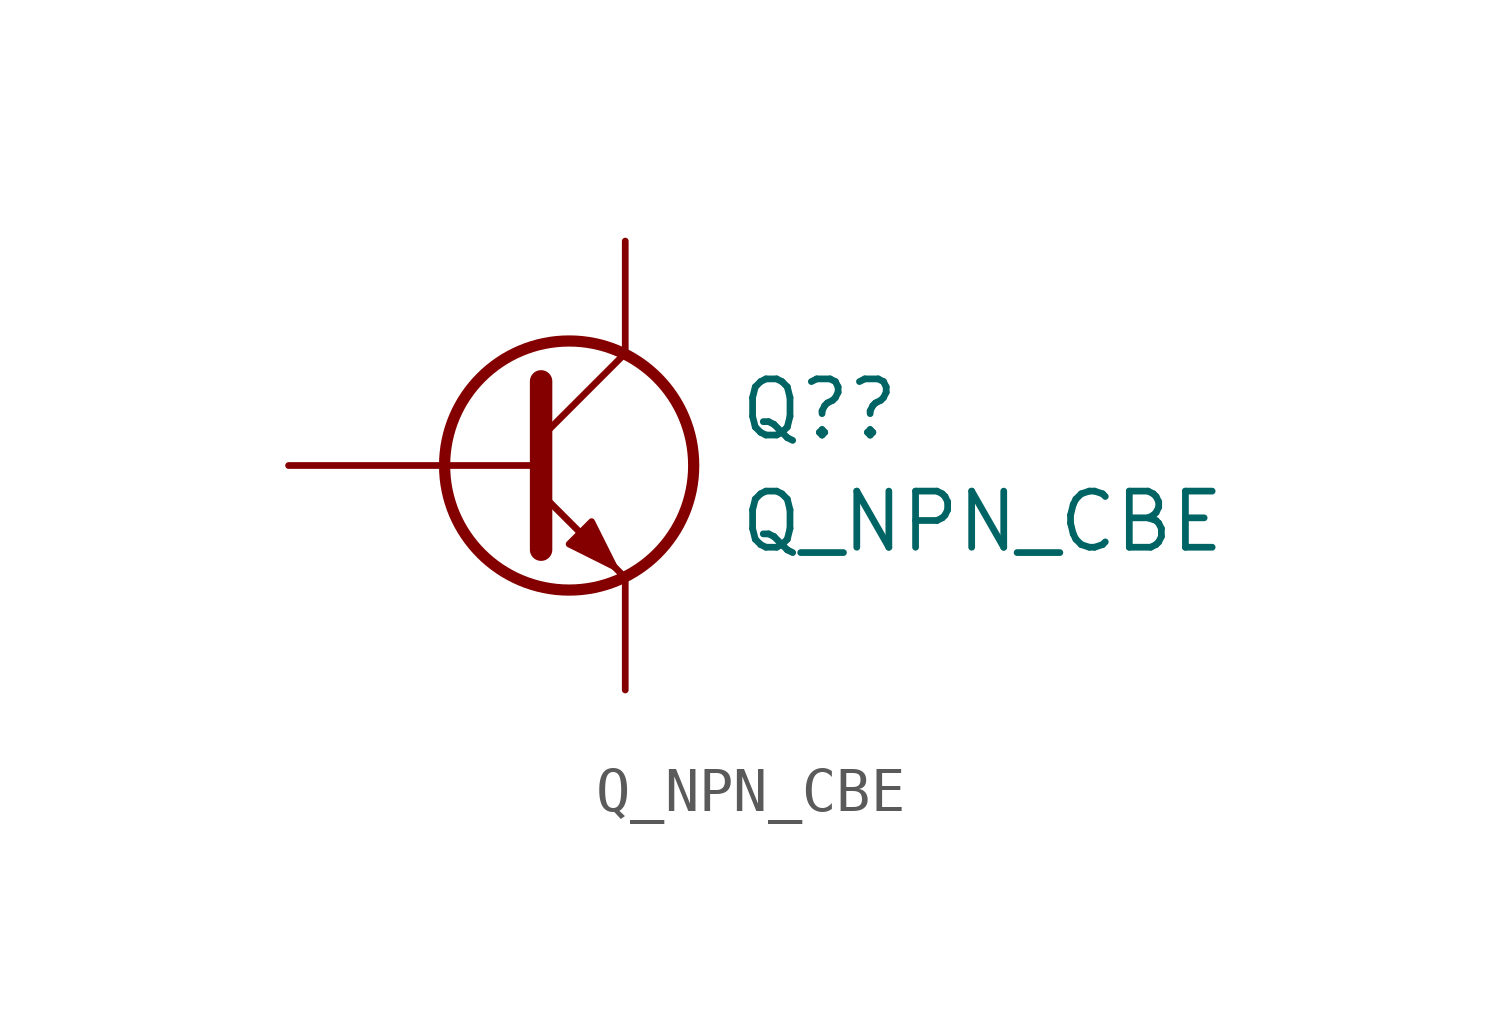
<source format=kicad_sym>
(kicad_symbol_lib
  (version 20211014)
  (generator kicad_symbol_editor)
  (symbol "Q_NPN_CBE"
    (pin_numbers hide)
    (pin_names
      (offset 0) hide)
    (property "Reference" "Q?"
      (at 5.08 1.27 0)
      (effects (font (size 1.27 1.27)) (justify left)))
    (property "Value" "Q_NPN_CBE"
      (at 5.08 -1.27 0)
      (effects (font (size 1.27 1.27)) (justify left)))
    (symbol "Q_NPN_CBE_0_1"
      (polyline (pts (xy 0.635 0.635) (xy 2.54 2.54)) (stroke (width 0) (type default) (color 0 0 0 0)) (fill (type none)))
      (polyline (pts (xy 0.635 -0.635) (xy 2.54 -2.54) (xy 2.54 -2.54)) (stroke (width 0) (type default) (color 0 0 0 0)) (fill (type none)))
      (polyline (pts (xy 0.635 1.905) (xy 0.635 -1.905) (xy 0.635 -1.905)) (stroke (width 0.508) (type default) (color 0 0 0 0)) (fill (type none)))
      (polyline (pts (xy 1.27 -1.778) (xy 1.778 -1.27) (xy 2.286 -2.286) (xy 1.27 -1.778) (xy 1.27 -1.778)) (stroke (width 0) (type default) (color 0 0 0 0)) (fill (type outline)))
      (circle (center 1.27 0) (radius 2.819) (stroke (width 0.254) (type default) (color 0 0 0 0)) (fill (type none))))
    (symbol "Q_NPN_CBE_1_1"
      (pin passive line (at 2.54 5.08 270) (length 2.54) (name "C" (effects (font (size 1.27 1.27)))) (number "1" (effects (font (size 1.27 1.27)))))
      (pin input line (at -5.08 0 0) (length 5.715) (name "B" (effects (font (size 1.27 1.27)))) (number "2" (effects (font (size 1.27 1.27)))))
      (pin passive line (at 2.54 -5.08 90) (length 2.54) (name "E" (effects (font (size 1.27 1.27)))) (number "3" (effects (font (size 1.27 1.27))))))))
</source>
